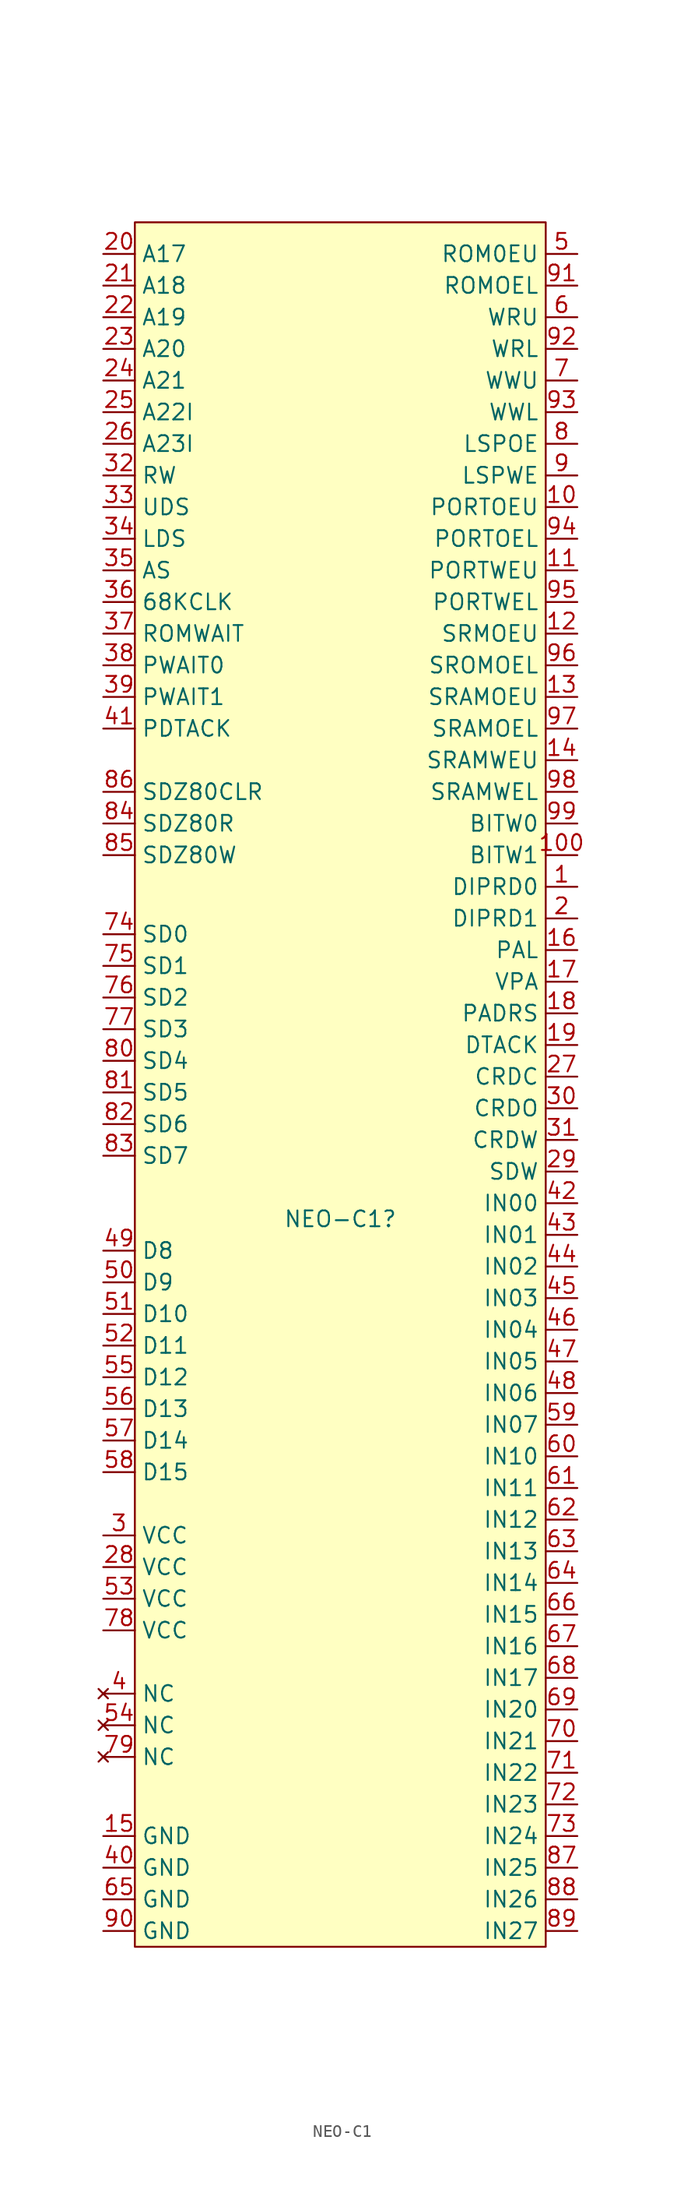
<source format=kicad_sym>
(kicad_symbol_lib
  (version 20220914)
  (generator kicad_symbol_editor)
  (symbol "NEO-C1"
    (property "Reference" "NEO-C1"
      (at 0 0 0)
      (effects (font (size 1.27 1.27))))
    (property "Value" ""
      (at 0 20.32 0)
      (effects (font (size 1.27 1.27))))
    (symbol "NEO-C1_0_0"
      (pin output line (at 19.05 26.67 180) (length 2.54) (name "DIPRD0" (effects (font (size 1.27 1.27)))) (number "1" (effects (font (size 1.27 1.27)))))
      (pin output line (at 19.05 57.15 180) (length 2.54) (name "PORTOEU" (effects (font (size 1.27 1.27)))) (number "10" (effects (font (size 1.27 1.27)))))
      (pin output line (at 19.05 29.21 180) (length 2.54) (name "BITW1" (effects (font (size 1.27 1.27)))) (number "100" (effects (font (size 1.27 1.27)))))
      (pin output line (at 19.05 52.07 180) (length 2.54) (name "PORTWEU" (effects (font (size 1.27 1.27)))) (number "11" (effects (font (size 1.27 1.27)))))
      (pin output line (at 19.05 46.99 180) (length 2.54) (name "SRMOEU" (effects (font (size 1.27 1.27)))) (number "12" (effects (font (size 1.27 1.27)))))
      (pin output line (at 19.05 41.91 180) (length 2.54) (name "SRAMOEU" (effects (font (size 1.27 1.27)))) (number "13" (effects (font (size 1.27 1.27)))))
      (pin output line (at 19.05 36.83 180) (length 2.54) (name "SRAMWEU" (effects (font (size 1.27 1.27)))) (number "14" (effects (font (size 1.27 1.27)))))
      (pin power_in line (at -19.05 -49.53 0) (length 2.54) (name "GND" (effects (font (size 1.27 1.27)))) (number "15" (effects (font (size 1.27 1.27)))))
      (pin output line (at 19.05 21.59 180) (length 2.54) (name "PAL" (effects (font (size 1.27 1.27)))) (number "16" (effects (font (size 1.27 1.27)))))
      (pin output line (at 19.05 19.05 180) (length 2.54) (name "VPA" (effects (font (size 1.27 1.27)))) (number "17" (effects (font (size 1.27 1.27)))))
      (pin output line (at 19.05 16.51 180) (length 2.54) (name "PADRS" (effects (font (size 1.27 1.27)))) (number "18" (effects (font (size 1.27 1.27)))))
      (pin output line (at 19.05 13.97 180) (length 2.54) (name "DTACK" (effects (font (size 1.27 1.27)))) (number "19" (effects (font (size 1.27 1.27)))))
      (pin output line (at 19.05 24.13 180) (length 2.54) (name "DIPRD1" (effects (font (size 1.27 1.27)))) (number "2" (effects (font (size 1.27 1.27)))))
      (pin input line (at -19.05 77.47 0) (length 2.54) (name "A17" (effects (font (size 1.27 1.27)))) (number "20" (effects (font (size 1.27 1.27)))))
      (pin input line (at -19.05 74.93 0) (length 2.54) (name "A18" (effects (font (size 1.27 1.27)))) (number "21" (effects (font (size 1.27 1.27)))))
      (pin input line (at -19.05 72.39 0) (length 2.54) (name "A19" (effects (font (size 1.27 1.27)))) (number "22" (effects (font (size 1.27 1.27)))))
      (pin input line (at -19.05 69.85 0) (length 2.54) (name "A20" (effects (font (size 1.27 1.27)))) (number "23" (effects (font (size 1.27 1.27)))))
      (pin input line (at -19.05 67.31 0) (length 2.54) (name "A21" (effects (font (size 1.27 1.27)))) (number "24" (effects (font (size 1.27 1.27)))))
      (pin input line (at -19.05 64.77 0) (length 2.54) (name "A22I" (effects (font (size 1.27 1.27)))) (number "25" (effects (font (size 1.27 1.27)))))
      (pin input line (at -19.05 62.23 0) (length 2.54) (name "A23I" (effects (font (size 1.27 1.27)))) (number "26" (effects (font (size 1.27 1.27)))))
      (pin output line (at 19.05 11.43 180) (length 2.54) (name "CRDC" (effects (font (size 1.27 1.27)))) (number "27" (effects (font (size 1.27 1.27)))))
      (pin power_in line (at -19.05 -27.94 0) (length 2.54) (name "VCC" (effects (font (size 1.27 1.27)))) (number "28" (effects (font (size 1.27 1.27)))))
      (pin output line (at 19.05 3.81 180) (length 2.54) (name "SDW" (effects (font (size 1.27 1.27)))) (number "29" (effects (font (size 1.27 1.27)))))
      (pin power_in line (at -19.05 -25.4 0) (length 2.54) (name "VCC" (effects (font (size 1.27 1.27)))) (number "3" (effects (font (size 1.27 1.27)))))
      (pin output line (at 19.05 8.89 180) (length 2.54) (name "CRDO" (effects (font (size 1.27 1.27)))) (number "30" (effects (font (size 1.27 1.27)))))
      (pin output line (at 19.05 6.35 180) (length 2.54) (name "CRDW" (effects (font (size 1.27 1.27)))) (number "31" (effects (font (size 1.27 1.27)))))
      (pin input line (at -19.05 59.69 0) (length 2.54) (name "RW" (effects (font (size 1.27 1.27)))) (number "32" (effects (font (size 1.27 1.27)))))
      (pin input line (at -19.05 57.15 0) (length 2.54) (name "UDS" (effects (font (size 1.27 1.27)))) (number "33" (effects (font (size 1.27 1.27)))))
      (pin input line (at -19.05 54.61 0) (length 2.54) (name "LDS" (effects (font (size 1.27 1.27)))) (number "34" (effects (font (size 1.27 1.27)))))
      (pin input line (at -19.05 52.07 0) (length 2.54) (name "AS" (effects (font (size 1.27 1.27)))) (number "35" (effects (font (size 1.27 1.27)))))
      (pin input line (at -19.05 49.53 0) (length 2.54) (name "68KCLK" (effects (font (size 1.27 1.27)))) (number "36" (effects (font (size 1.27 1.27)))))
      (pin input line (at -19.05 46.99 0) (length 2.54) (name "ROMWAIT" (effects (font (size 1.27 1.27)))) (number "37" (effects (font (size 1.27 1.27)))))
      (pin input line (at -19.05 44.45 0) (length 2.54) (name "PWAIT0" (effects (font (size 1.27 1.27)))) (number "38" (effects (font (size 1.27 1.27)))))
      (pin input line (at -19.05 41.91 0) (length 2.54) (name "PWAIT1" (effects (font (size 1.27 1.27)))) (number "39" (effects (font (size 1.27 1.27)))))
      (pin no_connect line (at -19.05 -38.1 0) (length 2.54) (name "NC" (effects (font (size 1.27 1.27)))) (number "4" (effects (font (size 1.27 1.27)))))
      (pin power_in line (at -19.05 -52.07 0) (length 2.54) (name "GND" (effects (font (size 1.27 1.27)))) (number "40" (effects (font (size 1.27 1.27)))))
      (pin input line (at -19.05 39.37 0) (length 2.54) (name "PDTACK" (effects (font (size 1.27 1.27)))) (number "41" (effects (font (size 1.27 1.27)))))
      (pin input line (at 19.05 1.27 180) (length 2.54) (name "IN00" (effects (font (size 1.27 1.27)))) (number "42" (effects (font (size 1.27 1.27)))))
      (pin input line (at 19.05 -1.27 180) (length 2.54) (name "IN01" (effects (font (size 1.27 1.27)))) (number "43" (effects (font (size 1.27 1.27)))))
      (pin input line (at 19.05 -3.81 180) (length 2.54) (name "IN02" (effects (font (size 1.27 1.27)))) (number "44" (effects (font (size 1.27 1.27)))))
      (pin input line (at 19.05 -6.35 180) (length 2.54) (name "IN03" (effects (font (size 1.27 1.27)))) (number "45" (effects (font (size 1.27 1.27)))))
      (pin input line (at 19.05 -8.89 180) (length 2.54) (name "IN04" (effects (font (size 1.27 1.27)))) (number "46" (effects (font (size 1.27 1.27)))))
      (pin input line (at 19.05 -11.43 180) (length 2.54) (name "IN05" (effects (font (size 1.27 1.27)))) (number "47" (effects (font (size 1.27 1.27)))))
      (pin input line (at 19.05 -13.97 180) (length 2.54) (name "IN06" (effects (font (size 1.27 1.27)))) (number "48" (effects (font (size 1.27 1.27)))))
      (pin bidirectional line (at -19.05 -2.54 0) (length 2.54) (name "D8" (effects (font (size 1.27 1.27)))) (number "49" (effects (font (size 1.27 1.27)))))
      (pin output line (at 19.05 77.47 180) (length 2.54) (name "ROM0EU" (effects (font (size 1.27 1.27)))) (number "5" (effects (font (size 1.27 1.27)))))
      (pin bidirectional line (at -19.05 -5.08 0) (length 2.54) (name "D9" (effects (font (size 1.27 1.27)))) (number "50" (effects (font (size 1.27 1.27)))))
      (pin bidirectional line (at -19.05 -7.62 0) (length 2.54) (name "D10" (effects (font (size 1.27 1.27)))) (number "51" (effects (font (size 1.27 1.27)))))
      (pin bidirectional line (at -19.05 -10.16 0) (length 2.54) (name "D11" (effects (font (size 1.27 1.27)))) (number "52" (effects (font (size 1.27 1.27)))))
      (pin power_in line (at -19.05 -30.48 0) (length 2.54) (name "VCC" (effects (font (size 1.27 1.27)))) (number "53" (effects (font (size 1.27 1.27)))))
      (pin no_connect line (at -19.05 -40.64 0) (length 2.54) (name "NC" (effects (font (size 1.27 1.27)))) (number "54" (effects (font (size 1.27 1.27)))))
      (pin bidirectional line (at -19.05 -12.7 0) (length 2.54) (name "D12" (effects (font (size 1.27 1.27)))) (number "55" (effects (font (size 1.27 1.27)))))
      (pin bidirectional line (at -19.05 -15.24 0) (length 2.54) (name "D13" (effects (font (size 1.27 1.27)))) (number "56" (effects (font (size 1.27 1.27)))))
      (pin bidirectional line (at -19.05 -17.78 0) (length 2.54) (name "D14" (effects (font (size 1.27 1.27)))) (number "57" (effects (font (size 1.27 1.27)))))
      (pin bidirectional line (at -19.05 -20.32 0) (length 2.54) (name "D15" (effects (font (size 1.27 1.27)))) (number "58" (effects (font (size 1.27 1.27)))))
      (pin input line (at 19.05 -16.51 180) (length 2.54) (name "IN07" (effects (font (size 1.27 1.27)))) (number "59" (effects (font (size 1.27 1.27)))))
      (pin output line (at 19.05 72.39 180) (length 2.54) (name "WRU" (effects (font (size 1.27 1.27)))) (number "6" (effects (font (size 1.27 1.27)))))
      (pin input line (at 19.05 -19.05 180) (length 2.54) (name "IN10" (effects (font (size 1.27 1.27)))) (number "60" (effects (font (size 1.27 1.27)))))
      (pin input line (at 19.05 -21.59 180) (length 2.54) (name "IN11" (effects (font (size 1.27 1.27)))) (number "61" (effects (font (size 1.27 1.27)))))
      (pin input line (at 19.05 -24.13 180) (length 2.54) (name "IN12" (effects (font (size 1.27 1.27)))) (number "62" (effects (font (size 1.27 1.27)))))
      (pin input line (at 19.05 -26.67 180) (length 2.54) (name "IN13" (effects (font (size 1.27 1.27)))) (number "63" (effects (font (size 1.27 1.27)))))
      (pin input line (at 19.05 -29.21 180) (length 2.54) (name "IN14" (effects (font (size 1.27 1.27)))) (number "64" (effects (font (size 1.27 1.27)))))
      (pin power_in line (at -19.05 -54.61 0) (length 2.54) (name "GND" (effects (font (size 1.27 1.27)))) (number "65" (effects (font (size 1.27 1.27)))))
      (pin input line (at 19.05 -31.75 180) (length 2.54) (name "IN15" (effects (font (size 1.27 1.27)))) (number "66" (effects (font (size 1.27 1.27)))))
      (pin input line (at 19.05 -34.29 180) (length 2.54) (name "IN16" (effects (font (size 1.27 1.27)))) (number "67" (effects (font (size 1.27 1.27)))))
      (pin input line (at 19.05 -36.83 180) (length 2.54) (name "IN17" (effects (font (size 1.27 1.27)))) (number "68" (effects (font (size 1.27 1.27)))))
      (pin input line (at 19.05 -39.37 180) (length 2.54) (name "IN20" (effects (font (size 1.27 1.27)))) (number "69" (effects (font (size 1.27 1.27)))))
      (pin output line (at 19.05 67.31 180) (length 2.54) (name "WWU" (effects (font (size 1.27 1.27)))) (number "7" (effects (font (size 1.27 1.27)))))
      (pin input line (at 19.05 -41.91 180) (length 2.54) (name "IN21" (effects (font (size 1.27 1.27)))) (number "70" (effects (font (size 1.27 1.27)))))
      (pin input line (at 19.05 -44.45 180) (length 2.54) (name "IN22" (effects (font (size 1.27 1.27)))) (number "71" (effects (font (size 1.27 1.27)))))
      (pin input line (at 19.05 -46.99 180) (length 2.54) (name "IN23" (effects (font (size 1.27 1.27)))) (number "72" (effects (font (size 1.27 1.27)))))
      (pin input line (at 19.05 -49.53 180) (length 2.54) (name "IN24" (effects (font (size 1.27 1.27)))) (number "73" (effects (font (size 1.27 1.27)))))
      (pin bidirectional line (at -19.05 22.86 0) (length 2.54) (name "SD0" (effects (font (size 1.27 1.27)))) (number "74" (effects (font (size 1.27 1.27)))))
      (pin bidirectional line (at -19.05 20.32 0) (length 2.54) (name "SD1" (effects (font (size 1.27 1.27)))) (number "75" (effects (font (size 1.27 1.27)))))
      (pin bidirectional line (at -19.05 17.78 0) (length 2.54) (name "SD2" (effects (font (size 1.27 1.27)))) (number "76" (effects (font (size 1.27 1.27)))))
      (pin bidirectional line (at -19.05 15.24 0) (length 2.54) (name "SD3" (effects (font (size 1.27 1.27)))) (number "77" (effects (font (size 1.27 1.27)))))
      (pin power_in line (at -19.05 -33.02 0) (length 2.54) (name "VCC" (effects (font (size 1.27 1.27)))) (number "78" (effects (font (size 1.27 1.27)))))
      (pin no_connect line (at -19.05 -43.18 0) (length 2.54) (name "NC" (effects (font (size 1.27 1.27)))) (number "79" (effects (font (size 1.27 1.27)))))
      (pin output line (at 19.05 62.23 180) (length 2.54) (name "LSPOE" (effects (font (size 1.27 1.27)))) (number "8" (effects (font (size 1.27 1.27)))))
      (pin bidirectional line (at -19.05 12.7 0) (length 2.54) (name "SD4" (effects (font (size 1.27 1.27)))) (number "80" (effects (font (size 1.27 1.27)))))
      (pin bidirectional line (at -19.05 10.16 0) (length 2.54) (name "SD5" (effects (font (size 1.27 1.27)))) (number "81" (effects (font (size 1.27 1.27)))))
      (pin bidirectional line (at -19.05 7.62 0) (length 2.54) (name "SD6" (effects (font (size 1.27 1.27)))) (number "82" (effects (font (size 1.27 1.27)))))
      (pin bidirectional line (at -19.05 5.08 0) (length 2.54) (name "SD7" (effects (font (size 1.27 1.27)))) (number "83" (effects (font (size 1.27 1.27)))))
      (pin input line (at -19.05 31.75 0) (length 2.54) (name "SDZ80R" (effects (font (size 1.27 1.27)))) (number "84" (effects (font (size 1.27 1.27)))))
      (pin input line (at -19.05 29.21 0) (length 2.54) (name "SDZ80W" (effects (font (size 1.27 1.27)))) (number "85" (effects (font (size 1.27 1.27)))))
      (pin input line (at -19.05 34.29 0) (length 2.54) (name "SDZ80CLR" (effects (font (size 1.27 1.27)))) (number "86" (effects (font (size 1.27 1.27)))))
      (pin input line (at 19.05 -52.07 180) (length 2.54) (name "IN25" (effects (font (size 1.27 1.27)))) (number "87" (effects (font (size 1.27 1.27)))))
      (pin input line (at 19.05 -54.61 180) (length 2.54) (name "IN26" (effects (font (size 1.27 1.27)))) (number "88" (effects (font (size 1.27 1.27)))))
      (pin input line (at 19.05 -57.15 180) (length 2.54) (name "IN27" (effects (font (size 1.27 1.27)))) (number "89" (effects (font (size 1.27 1.27)))))
      (pin input line (at 19.05 59.69 180) (length 2.54) (name "LSPWE" (effects (font (size 1.27 1.27)))) (number "9" (effects (font (size 1.27 1.27)))))
      (pin power_in line (at -19.05 -57.15 0) (length 2.54) (name "GND" (effects (font (size 1.27 1.27)))) (number "90" (effects (font (size 1.27 1.27)))))
      (pin input line (at 19.05 74.93 180) (length 2.54) (name "ROMOEL" (effects (font (size 1.27 1.27)))) (number "91" (effects (font (size 1.27 1.27)))))
      (pin output line (at 19.05 69.85 180) (length 2.54) (name "WRL" (effects (font (size 1.27 1.27)))) (number "92" (effects (font (size 1.27 1.27)))))
      (pin output line (at 19.05 64.77 180) (length 2.54) (name "WWL" (effects (font (size 1.27 1.27)))) (number "93" (effects (font (size 1.27 1.27)))))
      (pin output line (at 19.05 54.61 180) (length 2.54) (name "PORTOEL" (effects (font (size 1.27 1.27)))) (number "94" (effects (font (size 1.27 1.27)))))
      (pin output line (at 19.05 49.53 180) (length 2.54) (name "PORTWEL" (effects (font (size 1.27 1.27)))) (number "95" (effects (font (size 1.27 1.27)))))
      (pin output line (at 19.05 44.45 180) (length 2.54) (name "SROMOEL" (effects (font (size 1.27 1.27)))) (number "96" (effects (font (size 1.27 1.27)))))
      (pin output line (at 19.05 39.37 180) (length 2.54) (name "SRAMOEL" (effects (font (size 1.27 1.27)))) (number "97" (effects (font (size 1.27 1.27)))))
      (pin output line (at 19.05 34.29 180) (length 2.54) (name "SRAMWEL" (effects (font (size 1.27 1.27)))) (number "98" (effects (font (size 1.27 1.27)))))
      (pin output line (at 19.05 31.75 180) (length 2.54) (name "BITW0" (effects (font (size 1.27 1.27)))) (number "99" (effects (font (size 1.27 1.27))))))
    (symbol "NEO-C1_1_1"
      (rectangle (start -16.51 80.01) (end 16.51 -58.42) (stroke (width 0) (type default)) (fill (type background))))))
</source>
